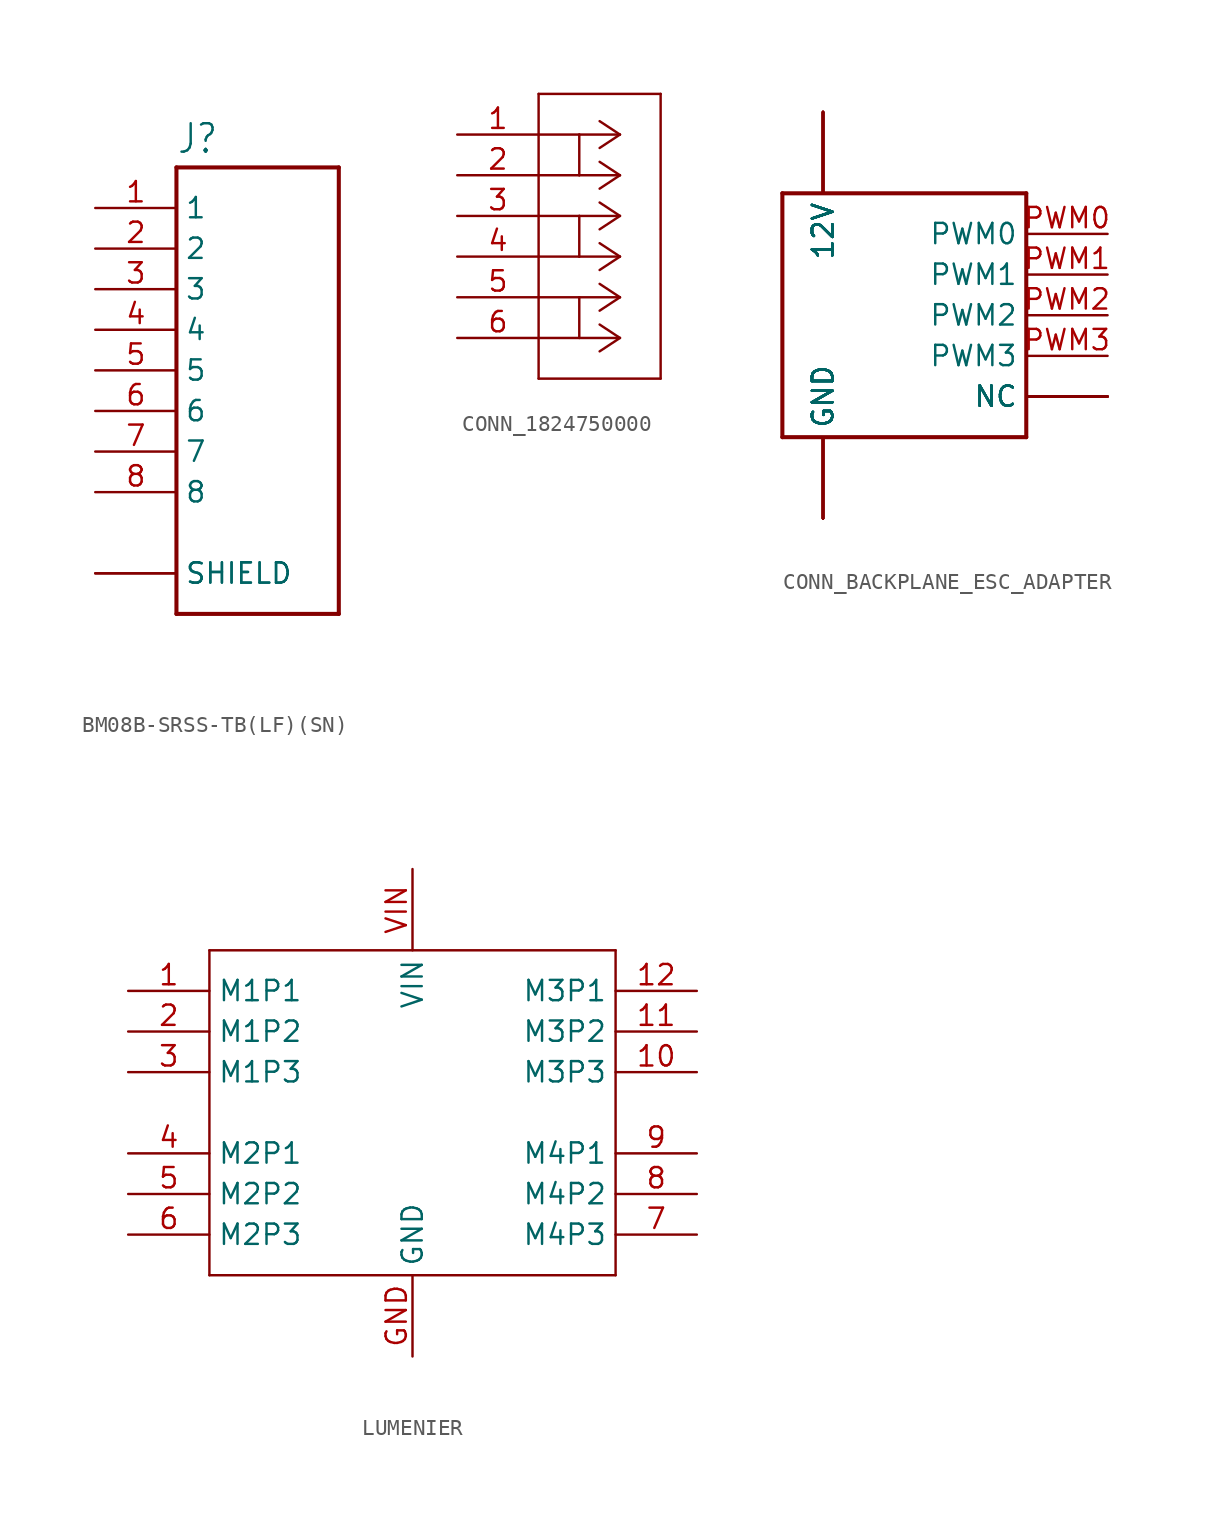
<source format=kicad_sym>
(kicad_symbol_lib
  (version 20231120)
  (generator "kicad_symbol_editor")
  (generator_version "8.0")
  (symbol "BM08B-SRSS-TB(LF)(SN)"
    (property "Reference" "J"
      (at -5.08 16.002 0)
      (effects (font (size 1.778 1.511)) (justify left bottom)))
    (property "Value" ""
      (at -5.08 -15.24 0)
      (effects (font (size 1.778 1.511)) (justify left bottom)))
    (property "ki_locked" ""
      (at 0 0 0)
      (effects (font (size 1.27 1.27))))
    (symbol "BM08B-SRSS-TB(LF)(SN)_1_0"
      (polyline (pts (xy -5.08 -12.7) (xy 5.08 -12.7)) (stroke (width 0.254) (type solid)) (fill (type none)))
      (polyline (pts (xy -5.08 15.24) (xy -5.08 -12.7)) (stroke (width 0.254) (type solid)) (fill (type none)))
      (polyline (pts (xy 5.08 -12.7) (xy 5.08 15.24)) (stroke (width 0.254) (type solid)) (fill (type none)))
      (polyline (pts (xy 5.08 15.24) (xy -5.08 15.24)) (stroke (width 0.254) (type solid)) (fill (type none)))
      (pin passive line (at -10.16 12.7 0) (length 5.08) (name "1" (effects (font (size 1.27 1.27)))) (number "1" (effects (font (size 1.27 1.27)))))
      (pin passive line (at -10.16 10.16 0) (length 5.08) (name "2" (effects (font (size 1.27 1.27)))) (number "2" (effects (font (size 1.27 1.27)))))
      (pin passive line (at -10.16 7.62 0) (length 5.08) (name "3" (effects (font (size 1.27 1.27)))) (number "3" (effects (font (size 1.27 1.27)))))
      (pin passive line (at -10.16 5.08 0) (length 5.08) (name "4" (effects (font (size 1.27 1.27)))) (number "4" (effects (font (size 1.27 1.27)))))
      (pin passive line (at -10.16 2.54 0) (length 5.08) (name "5" (effects (font (size 1.27 1.27)))) (number "5" (effects (font (size 1.27 1.27)))))
      (pin passive line (at -10.16 0 0) (length 5.08) (name "6" (effects (font (size 1.27 1.27)))) (number "6" (effects (font (size 1.27 1.27)))))
      (pin passive line (at -10.16 -2.54 0) (length 5.08) (name "7" (effects (font (size 1.27 1.27)))) (number "7" (effects (font (size 1.27 1.27)))))
      (pin passive line (at -10.16 -5.08 0) (length 5.08) (name "8" (effects (font (size 1.27 1.27)))) (number "8" (effects (font (size 1.27 1.27)))))
      (pin passive line (at -10.16 -10.16 0) (length 5.08) (name "SHIELD" (effects (font (size 1.27 1.27)))) (number "S1" (effects (font (size 0 0)))))
      (pin passive line (at -10.16 -10.16 0) (length 5.08) (name "SHIELD" (effects (font (size 1.27 1.27)))) (number "S2" (effects (font (size 0 0)))))))
  (symbol "CONN_1824750000"
    (property "Reference" "J"
      (at 4.166 5.309 0)
      (effects (font (size 2.083 1.77)) (justify left bottom) (hide yes)))
    (property "ki_locked" ""
      (at 0 0 0)
      (effects (font (size 1.27 1.27))))
    (symbol "CONN_1824750000_1_0"
      (polyline (pts (xy 5.08 -15.24) (xy 12.7 -15.24)) (stroke (width 0.152) (type solid)) (fill (type none)))
      (polyline (pts (xy 5.08 -12.7) (xy 5.08 -15.24)) (stroke (width 0.152) (type solid)) (fill (type none)))
      (polyline (pts (xy 5.08 -10.16) (xy 5.08 -12.7)) (stroke (width 0.152) (type solid)) (fill (type none)))
      (polyline (pts (xy 5.08 2.54) (xy 5.08 -10.16)) (stroke (width 0.152) (type solid)) (fill (type none)))
      (polyline (pts (xy 7.62 -12.7) (xy 5.08 -12.7)) (stroke (width 0.152) (type solid)) (fill (type none)))
      (polyline (pts (xy 7.62 -10.16) (xy 5.08 -10.16)) (stroke (width 0.152) (type solid)) (fill (type none)))
      (polyline (pts (xy 7.62 -10.16) (xy 7.62 -12.7)) (stroke (width 0.152) (type solid)) (fill (type none)))
      (polyline (pts (xy 7.62 -7.62) (xy 5.08 -7.62)) (stroke (width 0.152) (type solid)) (fill (type none)))
      (polyline (pts (xy 7.62 -5.08) (xy 5.08 -5.08)) (stroke (width 0.152) (type solid)) (fill (type none)))
      (polyline (pts (xy 7.62 -5.08) (xy 7.62 -7.62)) (stroke (width 0.152) (type solid)) (fill (type none)))
      (polyline (pts (xy 7.62 -2.54) (xy 5.08 -2.54)) (stroke (width 0.152) (type solid)) (fill (type none)))
      (polyline (pts (xy 7.62 0) (xy 5.08 0)) (stroke (width 0.152) (type solid)) (fill (type none)))
      (polyline (pts (xy 7.62 0) (xy 7.62 -2.54)) (stroke (width 0.152) (type solid)) (fill (type none)))
      (polyline (pts (xy 10.16 -12.7) (xy 7.62 -12.7)) (stroke (width 0.152) (type solid)) (fill (type none)))
      (polyline (pts (xy 10.16 -12.7) (xy 8.89 -13.538)) (stroke (width 0.152) (type solid)) (fill (type none)))
      (polyline (pts (xy 10.16 -12.7) (xy 8.89 -11.862)) (stroke (width 0.152) (type solid)) (fill (type none)))
      (polyline (pts (xy 10.16 -10.16) (xy 7.62 -10.16)) (stroke (width 0.152) (type solid)) (fill (type none)))
      (polyline (pts (xy 10.16 -10.16) (xy 8.89 -10.998)) (stroke (width 0.152) (type solid)) (fill (type none)))
      (polyline (pts (xy 10.16 -10.16) (xy 8.89 -9.322)) (stroke (width 0.152) (type solid)) (fill (type none)))
      (polyline (pts (xy 10.16 -7.62) (xy 7.62 -7.62)) (stroke (width 0.152) (type solid)) (fill (type none)))
      (polyline (pts (xy 10.16 -7.62) (xy 8.89 -8.458)) (stroke (width 0.152) (type solid)) (fill (type none)))
      (polyline (pts (xy 10.16 -7.62) (xy 8.89 -6.782)) (stroke (width 0.152) (type solid)) (fill (type none)))
      (polyline (pts (xy 10.16 -5.08) (xy 7.62 -5.08)) (stroke (width 0.152) (type solid)) (fill (type none)))
      (polyline (pts (xy 10.16 -5.08) (xy 8.89 -5.918)) (stroke (width 0.152) (type solid)) (fill (type none)))
      (polyline (pts (xy 10.16 -5.08) (xy 8.89 -4.242)) (stroke (width 0.152) (type solid)) (fill (type none)))
      (polyline (pts (xy 10.16 -2.54) (xy 7.62 -2.54)) (stroke (width 0.152) (type solid)) (fill (type none)))
      (polyline (pts (xy 10.16 -2.54) (xy 8.89 -3.378)) (stroke (width 0.152) (type solid)) (fill (type none)))
      (polyline (pts (xy 10.16 -2.54) (xy 8.89 -1.702)) (stroke (width 0.152) (type solid)) (fill (type none)))
      (polyline (pts (xy 10.16 0) (xy 7.62 0)) (stroke (width 0.152) (type solid)) (fill (type none)))
      (polyline (pts (xy 10.16 0) (xy 8.89 -0.838)) (stroke (width 0.152) (type solid)) (fill (type none)))
      (polyline (pts (xy 10.16 0) (xy 8.89 0.838)) (stroke (width 0.152) (type solid)) (fill (type none)))
      (polyline (pts (xy 12.7 -15.24) (xy 12.7 2.54)) (stroke (width 0.152) (type solid)) (fill (type none)))
      (polyline (pts (xy 12.7 2.54) (xy 5.08 2.54)) (stroke (width 0.152) (type solid)) (fill (type none)))
      (pin passive line (at 0 0 0) (length 5.08) (name "1" (effects (font (size 0 0)))) (number "1" (effects (font (size 1.27 1.27)))))
      (pin passive line (at 0 -2.54 0) (length 5.08) (name "2" (effects (font (size 0 0)))) (number "2" (effects (font (size 1.27 1.27)))))
      (pin passive line (at 0 -5.08 0) (length 5.08) (name "3" (effects (font (size 0 0)))) (number "3" (effects (font (size 1.27 1.27)))))
      (pin passive line (at 0 -7.62 0) (length 5.08) (name "4" (effects (font (size 0 0)))) (number "4" (effects (font (size 1.27 1.27)))))
      (pin passive line (at 0 -10.16 0) (length 5.08) (name "5" (effects (font (size 0 0)))) (number "5" (effects (font (size 1.27 1.27)))))
      (pin passive line (at 0 -12.7 0) (length 5.08) (name "6" (effects (font (size 0 0)))) (number "6" (effects (font (size 1.27 1.27)))))))
  (symbol "CONN_BACKPLANE_ESC_ADAPTER"
    (property "Reference" ""
      (at -2.54 -2.54 90)
      (effects (font (size 1.27 1.079)) (justify left bottom) (hide yes)))
    (property "ki_locked" ""
      (at 0 0 0)
      (effects (font (size 1.27 1.27))))
    (symbol "CONN_BACKPLANE_ESC_ADAPTER_1_0"
      (polyline (pts (xy -2.54 -7.62) (xy -2.54 7.62)) (stroke (width 0.254) (type solid)) (fill (type none)))
      (polyline (pts (xy -2.54 7.62) (xy 12.7 7.62)) (stroke (width 0.254) (type solid)) (fill (type none)))
      (polyline (pts (xy 12.7 -7.62) (xy -2.54 -7.62)) (stroke (width 0.254) (type solid)) (fill (type none)))
      (polyline (pts (xy 12.7 7.62) (xy 12.7 -7.62)) (stroke (width 0.254) (type solid)) (fill (type none)))
      (pin bidirectional line (at 0 12.7 270) (length 5.08) (name "12V" (effects (font (size 1.27 1.27)))) (number "12V@10" (effects (font (size 0 0)))))
      (pin bidirectional line (at 0 12.7 270) (length 5.08) (name "12V" (effects (font (size 1.27 1.27)))) (number "12V@11" (effects (font (size 0 0)))))
      (pin bidirectional line (at 0 12.7 270) (length 5.08) (name "12V" (effects (font (size 1.27 1.27)))) (number "12V@12" (effects (font (size 0 0)))))
      (pin bidirectional line (at 0 12.7 270) (length 5.08) (name "12V" (effects (font (size 1.27 1.27)))) (number "12V@3" (effects (font (size 0 0)))))
      (pin bidirectional line (at 0 12.7 270) (length 5.08) (name "12V" (effects (font (size 1.27 1.27)))) (number "12V@4" (effects (font (size 0 0)))))
      (pin bidirectional line (at 0 12.7 270) (length 5.08) (name "12V" (effects (font (size 1.27 1.27)))) (number "12V@5" (effects (font (size 0 0)))))
      (pin bidirectional line (at 0 12.7 270) (length 5.08) (name "12V" (effects (font (size 1.27 1.27)))) (number "12V@6" (effects (font (size 0 0)))))
      (pin bidirectional line (at 0 12.7 270) (length 5.08) (name "12V" (effects (font (size 1.27 1.27)))) (number "12V@7" (effects (font (size 0 0)))))
      (pin bidirectional line (at 0 12.7 270) (length 5.08) (name "12V" (effects (font (size 1.27 1.27)))) (number "12V@8" (effects (font (size 0 0)))))
      (pin bidirectional line (at 0 12.7 270) (length 5.08) (name "12V" (effects (font (size 1.27 1.27)))) (number "12V@9" (effects (font (size 0 0)))))
      (pin bidirectional line (at 0 -12.7 90) (length 5.08) (name "GND" (effects (font (size 1.27 1.27)))) (number "GND@1" (effects (font (size 0 0)))))
      (pin bidirectional line (at 0 -12.7 90) (length 5.08) (name "GND" (effects (font (size 1.27 1.27)))) (number "GND@10" (effects (font (size 0 0)))))
      (pin bidirectional line (at 0 -12.7 90) (length 5.08) (name "GND" (effects (font (size 1.27 1.27)))) (number "GND@2" (effects (font (size 0 0)))))
      (pin bidirectional line (at 0 -12.7 90) (length 5.08) (name "GND" (effects (font (size 1.27 1.27)))) (number "GND@3" (effects (font (size 0 0)))))
      (pin bidirectional line (at 0 -12.7 90) (length 5.08) (name "GND" (effects (font (size 1.27 1.27)))) (number "GND@4" (effects (font (size 0 0)))))
      (pin bidirectional line (at 0 -12.7 90) (length 5.08) (name "GND" (effects (font (size 1.27 1.27)))) (number "GND@5" (effects (font (size 0 0)))))
      (pin bidirectional line (at 0 -12.7 90) (length 5.08) (name "GND" (effects (font (size 1.27 1.27)))) (number "GND@6" (effects (font (size 0 0)))))
      (pin bidirectional line (at 0 -12.7 90) (length 5.08) (name "GND" (effects (font (size 1.27 1.27)))) (number "GND@7" (effects (font (size 0 0)))))
      (pin bidirectional line (at 0 -12.7 90) (length 5.08) (name "GND" (effects (font (size 1.27 1.27)))) (number "GND@8" (effects (font (size 0 0)))))
      (pin bidirectional line (at 0 -12.7 90) (length 5.08) (name "GND" (effects (font (size 1.27 1.27)))) (number "GND@9" (effects (font (size 0 0)))))
      (pin bidirectional line (at 17.78 -5.08 180) (length 5.08) (name "NC" (effects (font (size 1.27 1.27)))) (number "NC@1" (effects (font (size 0 0)))))
      (pin bidirectional line (at 17.78 -5.08 180) (length 5.08) (name "NC" (effects (font (size 1.27 1.27)))) (number "NC@2" (effects (font (size 0 0)))))
      (pin bidirectional line (at 17.78 -5.08 180) (length 5.08) (name "NC" (effects (font (size 1.27 1.27)))) (number "NC@3" (effects (font (size 0 0)))))
      (pin bidirectional line (at 17.78 -5.08 180) (length 5.08) (name "NC" (effects (font (size 1.27 1.27)))) (number "NC@4" (effects (font (size 0 0)))))
      (pin bidirectional line (at 17.78 -5.08 180) (length 5.08) (name "NC" (effects (font (size 1.27 1.27)))) (number "NC@5" (effects (font (size 0 0)))))
      (pin bidirectional line (at 17.78 -5.08 180) (length 5.08) (name "NC" (effects (font (size 1.27 1.27)))) (number "NC@6" (effects (font (size 0 0)))))
      (pin bidirectional line (at 17.78 5.08 180) (length 5.08) (name "PWM0" (effects (font (size 1.27 1.27)))) (number "PWM0" (effects (font (size 1.27 1.27)))))
      (pin bidirectional line (at 17.78 2.54 180) (length 5.08) (name "PWM1" (effects (font (size 1.27 1.27)))) (number "PWM1" (effects (font (size 1.27 1.27)))))
      (pin bidirectional line (at 17.78 0 180) (length 5.08) (name "PWM2" (effects (font (size 1.27 1.27)))) (number "PWM2" (effects (font (size 1.27 1.27)))))
      (pin bidirectional line (at 17.78 -2.54 180) (length 5.08) (name "PWM3" (effects (font (size 1.27 1.27)))) (number "PWM3" (effects (font (size 1.27 1.27)))))))
  (symbol "LUMENIER"
    (property "Reference" ""
      (at 0 20.32 0)
      (effects (font (size 1.778 1.511)) (justify left bottom) (hide yes)))
    (property "ki_locked" ""
      (at 0 0 0)
      (effects (font (size 1.27 1.27))))
    (symbol "LUMENIER_1_0"
      (polyline (pts (xy 0 0) (xy 0 20.32)) (stroke (width 0.152) (type solid)) (fill (type none)))
      (polyline (pts (xy 0 0) (xy 25.4 0)) (stroke (width 0.152) (type solid)) (fill (type none)))
      (polyline (pts (xy 0 20.32) (xy 25.4 20.32)) (stroke (width 0.152) (type solid)) (fill (type none)))
      (polyline (pts (xy 25.4 0) (xy 25.4 20.32)) (stroke (width 0.152) (type solid)) (fill (type none)))
      (pin bidirectional line (at -5.08 17.78 0) (length 5.08) (name "M1P1" (effects (font (size 1.27 1.27)))) (number "1" (effects (font (size 1.27 1.27)))))
      (pin bidirectional line (at 30.48 12.7 180) (length 5.08) (name "M3P3" (effects (font (size 1.27 1.27)))) (number "10" (effects (font (size 1.27 1.27)))))
      (pin bidirectional line (at 30.48 15.24 180) (length 5.08) (name "M3P2" (effects (font (size 1.27 1.27)))) (number "11" (effects (font (size 1.27 1.27)))))
      (pin bidirectional line (at 30.48 17.78 180) (length 5.08) (name "M3P1" (effects (font (size 1.27 1.27)))) (number "12" (effects (font (size 1.27 1.27)))))
      (pin bidirectional line (at -5.08 15.24 0) (length 5.08) (name "M1P2" (effects (font (size 1.27 1.27)))) (number "2" (effects (font (size 1.27 1.27)))))
      (pin bidirectional line (at -5.08 12.7 0) (length 5.08) (name "M1P3" (effects (font (size 1.27 1.27)))) (number "3" (effects (font (size 1.27 1.27)))))
      (pin bidirectional line (at -5.08 7.62 0) (length 5.08) (name "M2P1" (effects (font (size 1.27 1.27)))) (number "4" (effects (font (size 1.27 1.27)))))
      (pin bidirectional line (at -5.08 5.08 0) (length 5.08) (name "M2P2" (effects (font (size 1.27 1.27)))) (number "5" (effects (font (size 1.27 1.27)))))
      (pin bidirectional line (at -5.08 2.54 0) (length 5.08) (name "M2P3" (effects (font (size 1.27 1.27)))) (number "6" (effects (font (size 1.27 1.27)))))
      (pin bidirectional line (at 30.48 2.54 180) (length 5.08) (name "M4P3" (effects (font (size 1.27 1.27)))) (number "7" (effects (font (size 1.27 1.27)))))
      (pin bidirectional line (at 30.48 5.08 180) (length 5.08) (name "M4P2" (effects (font (size 1.27 1.27)))) (number "8" (effects (font (size 1.27 1.27)))))
      (pin bidirectional line (at 30.48 7.62 180) (length 5.08) (name "M4P1" (effects (font (size 1.27 1.27)))) (number "9" (effects (font (size 1.27 1.27)))))
      (pin bidirectional line (at 12.7 -5.08 90) (length 5.08) (name "GND" (effects (font (size 1.27 1.27)))) (number "GND" (effects (font (size 1.27 1.27)))))
      (pin bidirectional line (at 12.7 25.4 270) (length 5.08) (name "VIN" (effects (font (size 1.27 1.27)))) (number "VIN" (effects (font (size 1.27 1.27))))))))
</source>
